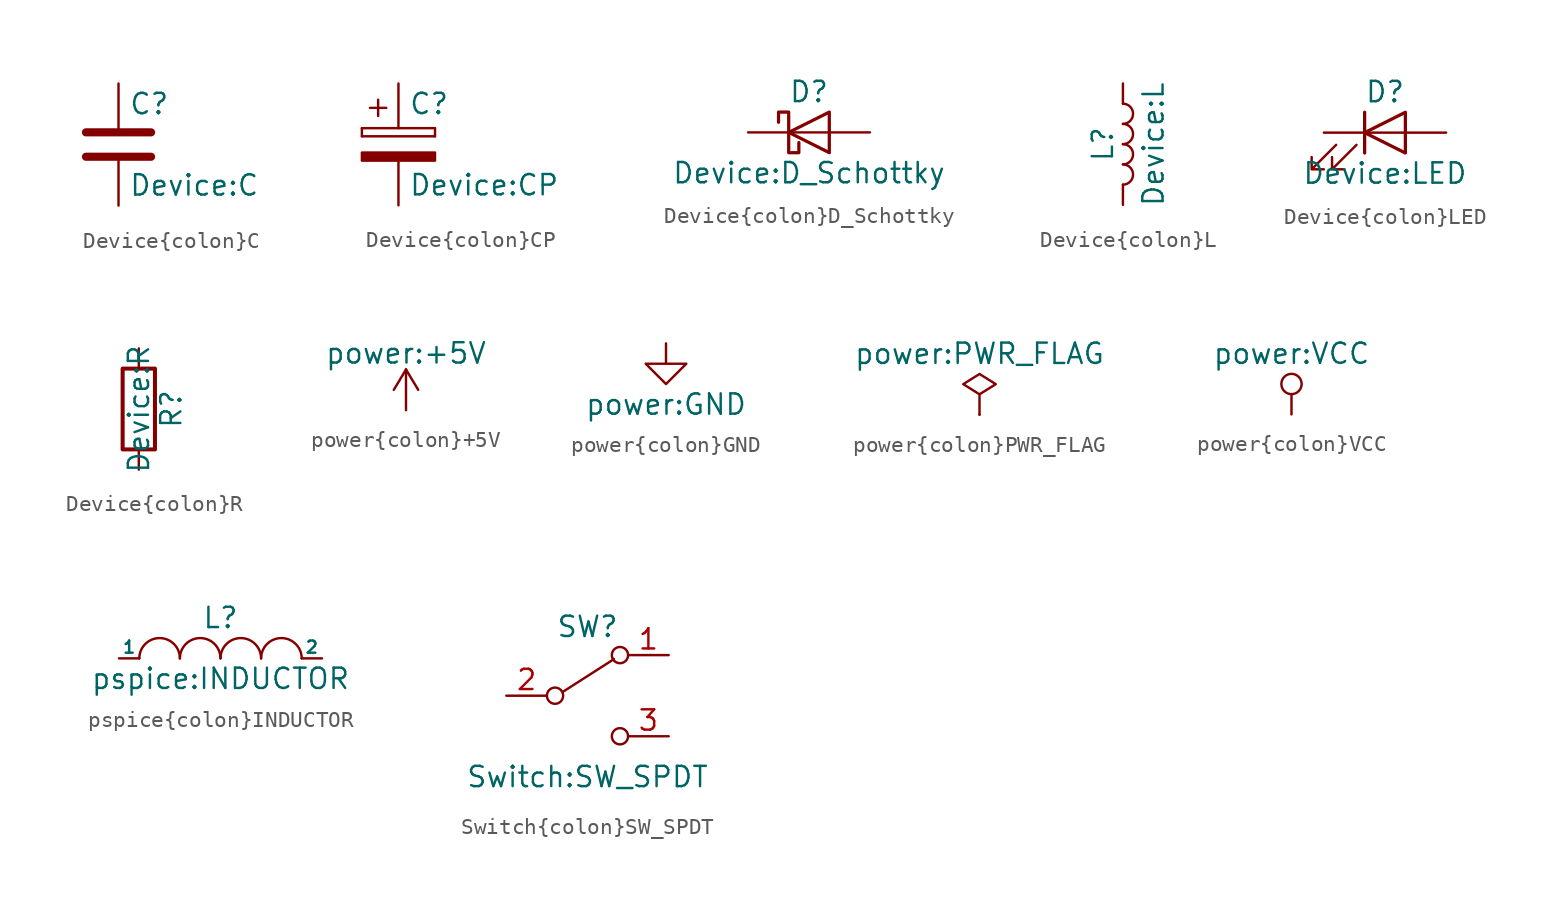
<source format=kicad_sym>
(kicad_symbol_lib
  (version 20231120)
  (generator "kicad_symbol_editor")
  (generator_version "8.0")
  (symbol "Device{colon}C"
    (pin_numbers hide)
    (pin_names
      (offset 0.254))
    (property "Reference" "C"
      (at 0.635 2.54 0)
      (effects (font (size 1.27 1.27)) (justify left)))
    (property "Value" "Device:C"
      (at 0.635 -2.54 0)
      (effects (font (size 1.27 1.27)) (justify left)))
    (symbol "Device{colon}C_0_1"
      (polyline (pts (xy -2.032 -0.762) (xy 2.032 -0.762)) (stroke (width 0.508) (type solid)) (fill (type none)))
      (polyline (pts (xy -2.032 0.762) (xy 2.032 0.762)) (stroke (width 0.508) (type solid)) (fill (type none))))
    (symbol "Device{colon}C_1_1"
      (pin passive line (at 0 3.81 270) (length 2.794) (name "~" (effects (font (size 1.27 1.27)))) (number "1" (effects (font (size 1.27 1.27)))))
      (pin passive line (at 0 -3.81 90) (length 2.794) (name "~" (effects (font (size 1.27 1.27)))) (number "2" (effects (font (size 1.27 1.27)))))))
  (symbol "Device{colon}CP"
    (pin_numbers hide)
    (pin_names
      (offset 0.254))
    (property "Reference" "C"
      (at 0.635 2.54 0)
      (effects (font (size 1.27 1.27)) (justify left)))
    (property "Value" "Device:CP"
      (at 0.635 -2.54 0)
      (effects (font (size 1.27 1.27)) (justify left)))
    (symbol "Device{colon}CP_0_1"
      (rectangle (start -2.286 0.508) (end -2.286 1.016) (stroke (width 0) (type solid)) (fill (type none)))
      (rectangle (start -2.286 0.508) (end 2.286 0.508) (stroke (width 0) (type solid)) (fill (type none)))
      (polyline (pts (xy -1.778 2.286) (xy -0.762 2.286)) (stroke (width 0) (type solid)) (fill (type none)))
      (polyline (pts (xy -1.27 2.794) (xy -1.27 1.778)) (stroke (width 0) (type solid)) (fill (type none)))
      (rectangle (start 2.286 -0.508) (end -2.286 -1.016) (stroke (width 0) (type solid)) (fill (type outline)))
      (rectangle (start 2.286 1.016) (end -2.286 1.016) (stroke (width 0) (type solid)) (fill (type none)))
      (rectangle (start 2.286 1.016) (end 2.286 0.508) (stroke (width 0) (type solid)) (fill (type none))))
    (symbol "Device{colon}CP_1_1"
      (pin passive line (at 0 3.81 270) (length 2.794) (name "~" (effects (font (size 1.27 1.27)))) (number "1" (effects (font (size 1.27 1.27)))))
      (pin passive line (at 0 -3.81 90) (length 2.794) (name "~" (effects (font (size 1.27 1.27)))) (number "2" (effects (font (size 1.27 1.27)))))))
  (symbol "Device{colon}D_Schottky"
    (pin_numbers hide)
    (pin_names
      (offset 1.016) hide)
    (property "Reference" "D"
      (at 0 2.54 0)
      (effects (font (size 1.27 1.27))))
    (property "Value" "Device:D_Schottky"
      (at 0 -2.54 0)
      (effects (font (size 1.27 1.27))))
    (symbol "Device{colon}D_Schottky_0_1"
      (polyline (pts (xy 1.27 0) (xy -1.27 0)) (stroke (width 0) (type solid)) (fill (type none)))
      (polyline (pts (xy 1.27 1.27) (xy 1.27 -1.27) (xy -1.27 0) (xy 1.27 1.27)) (stroke (width 0.203) (type solid)) (fill (type none)))
      (polyline (pts (xy -1.905 0.635) (xy -1.905 1.27) (xy -1.27 1.27) (xy -1.27 -1.27) (xy -0.635 -1.27) (xy -0.635 -0.635)) (stroke (width 0.203) (type solid)) (fill (type none))))
    (symbol "Device{colon}D_Schottky_1_1"
      (pin passive line (at -3.81 0 0) (length 2.54) (name "K" (effects (font (size 1.27 1.27)))) (number "1" (effects (font (size 1.27 1.27)))))
      (pin passive line (at 3.81 0 180) (length 2.54) (name "A" (effects (font (size 1.27 1.27)))) (number "2" (effects (font (size 1.27 1.27)))))))
  (symbol "Device{colon}L"
    (pin_numbers hide)
    (pin_names
      (offset 1.016) hide)
    (property "Reference" "L"
      (at -1.27 0 90)
      (effects (font (size 1.27 1.27))))
    (property "Value" "Device:L"
      (at 1.905 0 90)
      (effects (font (size 1.27 1.27))))
    (symbol "Device{colon}L_0_1"
      (arc (start 0 -2.54) (mid 0.635 -1.905) (end 0 -1.27) (stroke (width 0) (type solid)) (fill (type none)))
      (arc (start 0 -1.27) (mid 0.635 -0.635) (end 0 0) (stroke (width 0) (type solid)) (fill (type none)))
      (arc (start 0 0) (mid 0.635 0.635) (end 0 1.27) (stroke (width 0) (type solid)) (fill (type none)))
      (arc (start 0 1.27) (mid 0.635 1.905) (end 0 2.54) (stroke (width 0) (type solid)) (fill (type none))))
    (symbol "Device{colon}L_1_1"
      (pin passive line (at 0 3.81 270) (length 1.27) (name "1" (effects (font (size 1.27 1.27)))) (number "1" (effects (font (size 1.27 1.27)))))
      (pin passive line (at 0 -3.81 90) (length 1.27) (name "2" (effects (font (size 1.27 1.27)))) (number "2" (effects (font (size 1.27 1.27)))))))
  (symbol "Device{colon}LED"
    (pin_numbers hide)
    (pin_names
      (offset 1.016) hide)
    (property "Reference" "D"
      (at 0 2.54 0)
      (effects (font (size 1.27 1.27))))
    (property "Value" "Device:LED"
      (at 0 -2.54 0)
      (effects (font (size 1.27 1.27))))
    (symbol "Device{colon}LED_0_1"
      (polyline (pts (xy -1.27 -1.27) (xy -1.27 1.27)) (stroke (width 0.203) (type solid)) (fill (type none)))
      (polyline (pts (xy -1.27 0) (xy 1.27 0)) (stroke (width 0) (type solid)) (fill (type none)))
      (polyline (pts (xy 1.27 -1.27) (xy 1.27 1.27) (xy -1.27 0) (xy 1.27 -1.27)) (stroke (width 0.203) (type solid)) (fill (type none)))
      (polyline (pts (xy -3.048 -0.762) (xy -4.572 -2.286) (xy -3.81 -2.286) (xy -4.572 -2.286) (xy -4.572 -1.524)) (stroke (width 0) (type solid)) (fill (type none)))
      (polyline (pts (xy -1.778 -0.762) (xy -3.302 -2.286) (xy -2.54 -2.286) (xy -3.302 -2.286) (xy -3.302 -1.524)) (stroke (width 0) (type solid)) (fill (type none))))
    (symbol "Device{colon}LED_1_1"
      (pin passive line (at -3.81 0 0) (length 2.54) (name "K" (effects (font (size 1.27 1.27)))) (number "1" (effects (font (size 1.27 1.27)))))
      (pin passive line (at 3.81 0 180) (length 2.54) (name "A" (effects (font (size 1.27 1.27)))) (number "2" (effects (font (size 1.27 1.27)))))))
  (symbol "Device{colon}R"
    (pin_numbers hide)
    (pin_names
      (offset 0))
    (property "Reference" "R"
      (at 2.032 0 90)
      (effects (font (size 1.27 1.27))))
    (property "Value" "Device:R"
      (at 0 0 90)
      (effects (font (size 1.27 1.27))))
    (symbol "Device{colon}R_0_1"
      (rectangle (start -1.016 -2.54) (end 1.016 2.54) (stroke (width 0.254) (type solid)) (fill (type none))))
    (symbol "Device{colon}R_1_1"
      (pin passive line (at 0 3.81 270) (length 1.27) (name "~" (effects (font (size 1.27 1.27)))) (number "1" (effects (font (size 1.27 1.27)))))
      (pin passive line (at 0 -3.81 90) (length 1.27) (name "~" (effects (font (size 1.27 1.27)))) (number "2" (effects (font (size 1.27 1.27)))))))
  (symbol "power{colon}+5V"
    (power)
    (pin_names
      (offset 0))
    (property "Reference" "#PWR"
      (at 0 -3.81 0)
      (effects (font (size 1.27 1.27)) (hide yes)))
    (property "Value" "power:+5V"
      (at 0 3.556 0)
      (effects (font (size 1.27 1.27))))
    (symbol "power{colon}+5V_0_1"
      (polyline (pts (xy -0.762 1.27) (xy 0 2.54)) (stroke (width 0) (type solid)) (fill (type none)))
      (polyline (pts (xy 0 0) (xy 0 2.54)) (stroke (width 0) (type solid)) (fill (type none)))
      (polyline (pts (xy 0 2.54) (xy 0.762 1.27)) (stroke (width 0) (type solid)) (fill (type none))))
    (symbol "power{colon}+5V_1_1"
      (pin power_in line (at 0 0 90) (length 0) hide (name "+5V" (effects (font (size 1.27 1.27)))) (number "1" (effects (font (size 1.27 1.27)))))))
  (symbol "power{colon}GND"
    (power)
    (pin_names
      (offset 0))
    (property "Reference" "#PWR"
      (at 0 -6.35 0)
      (effects (font (size 1.27 1.27)) (hide yes)))
    (property "Value" "power:GND"
      (at 0 -3.81 0)
      (effects (font (size 1.27 1.27))))
    (symbol "power{colon}GND_0_1"
      (polyline (pts (xy 0 0) (xy 0 -1.27) (xy 1.27 -1.27) (xy 0 -2.54) (xy -1.27 -1.27) (xy 0 -1.27)) (stroke (width 0) (type solid)) (fill (type none))))
    (symbol "power{colon}GND_1_1"
      (pin power_in line (at 0 0 270) (length 0) hide (name "GND" (effects (font (size 1.27 1.27)))) (number "1" (effects (font (size 1.27 1.27)))))))
  (symbol "power{colon}PWR_FLAG"
    (power)
    (pin_numbers hide)
    (pin_names
      (offset 0) hide)
    (property "Reference" "#FLG"
      (at 0 1.905 0)
      (effects (font (size 1.27 1.27)) (hide yes)))
    (property "Value" "power:PWR_FLAG"
      (at 0 3.81 0)
      (effects (font (size 1.27 1.27))))
    (symbol "power{colon}PWR_FLAG_0_0"
      (pin power_out line (at 0 0 90) (length 0) (name "pwr" (effects (font (size 1.27 1.27)))) (number "1" (effects (font (size 1.27 1.27))))))
    (symbol "power{colon}PWR_FLAG_0_1"
      (polyline (pts (xy 0 0) (xy 0 1.27) (xy -1.016 1.905) (xy 0 2.54) (xy 1.016 1.905) (xy 0 1.27)) (stroke (width 0) (type solid)) (fill (type none)))))
  (symbol "power{colon}VCC"
    (power)
    (pin_names
      (offset 0))
    (property "Reference" "#PWR"
      (at 0 -3.81 0)
      (effects (font (size 1.27 1.27)) (hide yes)))
    (property "Value" "power:VCC"
      (at 0 3.81 0)
      (effects (font (size 1.27 1.27))))
    (symbol "power{colon}VCC_0_1"
      (polyline (pts (xy 0 0) (xy 0 1.27)) (stroke (width 0) (type solid)) (fill (type none)))
      (circle (center 0 1.905) (radius 0.635) (stroke (width 0) (type solid)) (fill (type none))))
    (symbol "power{colon}VCC_1_1"
      (pin power_in line (at 0 0 90) (length 0) hide (name "VCC" (effects (font (size 1.27 1.27)))) (number "1" (effects (font (size 1.27 1.27)))))))
  (symbol "pspice{colon}INDUCTOR"
    (pin_numbers hide)
    (pin_names
      (offset 0))
    (property "Reference" "L"
      (at 0 2.54 0)
      (effects (font (size 1.27 1.27))))
    (property "Value" "pspice:INDUCTOR"
      (at 0 -1.27 0)
      (effects (font (size 1.27 1.27))))
    (symbol "pspice{colon}INDUCTOR_0_1"
      (arc (start -2.54 0) (mid -3.81 1.27) (end -5.08 0) (stroke (width 0) (type solid)) (fill (type none)))
      (arc (start 0 0) (mid -1.27 1.27) (end -2.54 0) (stroke (width 0) (type solid)) (fill (type none)))
      (arc (start 2.54 0) (mid 1.27 1.27) (end 0 0) (stroke (width 0) (type solid)) (fill (type none)))
      (arc (start 5.08 0) (mid 3.81 1.27) (end 2.54 0) (stroke (width 0) (type solid)) (fill (type none))))
    (symbol "pspice{colon}INDUCTOR_1_1"
      (pin input line (at -6.35 0 0) (length 1.27) (name "1" (effects (font (size 0.762 0.762)))) (number "1" (effects (font (size 0.762 0.762)))))
      (pin input line (at 6.35 0 180) (length 1.27) (name "2" (effects (font (size 0.762 0.762)))) (number "2" (effects (font (size 0.762 0.762)))))))
  (symbol "Switch{colon}SW_SPDT"
    (pin_names
      (offset 0) hide)
    (property "Reference" "SW"
      (at 0 4.318 0)
      (effects (font (size 1.27 1.27))))
    (property "Value" "Switch:SW_SPDT"
      (at 0 -5.08 0)
      (effects (font (size 1.27 1.27))))
    (symbol "Switch{colon}SW_SPDT_0_0"
      (circle (center -2.032 0) (radius 0.508) (stroke (width 0) (type solid)) (fill (type none)))
      (circle (center 2.032 -2.54) (radius 0.508) (stroke (width 0) (type solid)) (fill (type none))))
    (symbol "Switch{colon}SW_SPDT_0_1"
      (polyline (pts (xy -1.524 0.254) (xy 1.651 2.286)) (stroke (width 0) (type solid)) (fill (type none)))
      (circle (center 2.032 2.54) (radius 0.508) (stroke (width 0) (type solid)) (fill (type none))))
    (symbol "Switch{colon}SW_SPDT_1_1"
      (pin passive line (at 5.08 2.54 180) (length 2.54) (name "A" (effects (font (size 1.27 1.27)))) (number "1" (effects (font (size 1.27 1.27)))))
      (pin passive line (at -5.08 0 0) (length 2.54) (name "B" (effects (font (size 1.27 1.27)))) (number "2" (effects (font (size 1.27 1.27)))))
      (pin passive line (at 5.08 -2.54 180) (length 2.54) (name "C" (effects (font (size 1.27 1.27)))) (number "3" (effects (font (size 1.27 1.27))))))))
</source>
